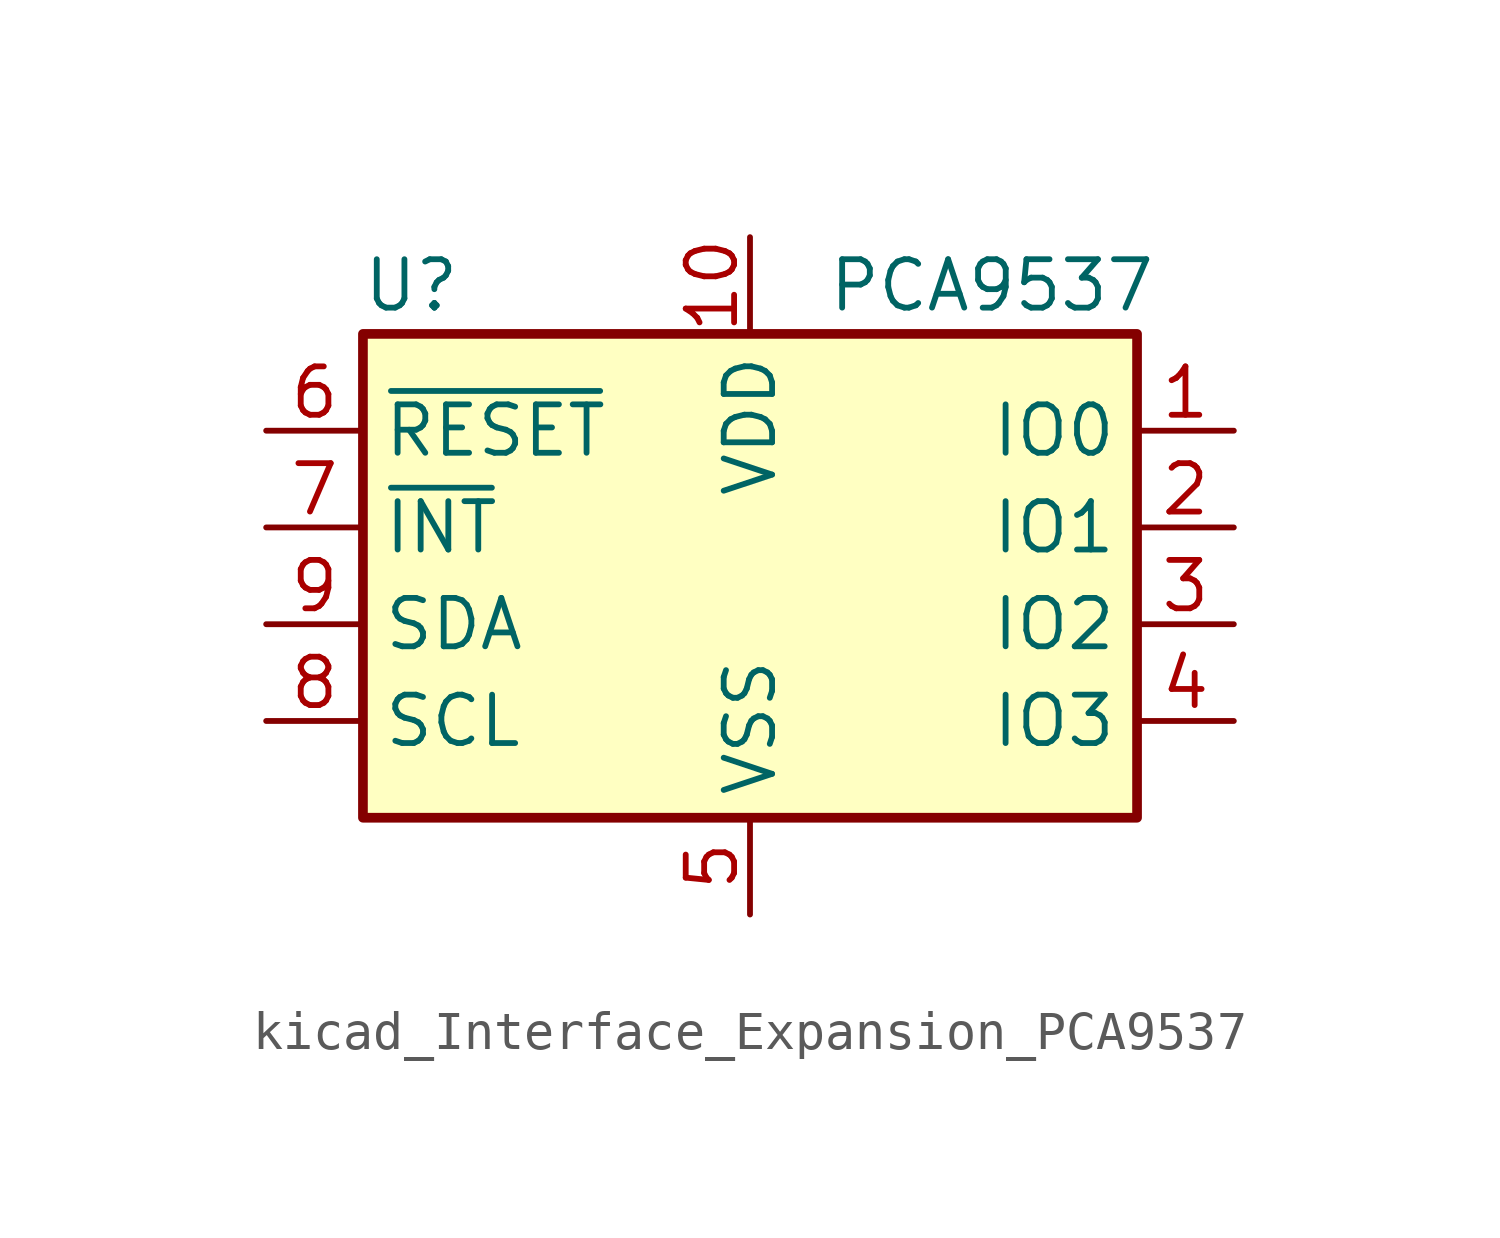
<source format=kicad_sym>
(kicad_symbol_lib
  (version 20220914)
  (generator kicad_symbol_editor)
  (symbol "kicad_Interface_Expansion_PCA9537"
    (property "Reference" "U"
      (at -8.89 6.35 0)
      (effects (font (size 1.27 1.27))))
    (property "Value" "PCA9537"
      (at 6.35 6.35 0)
      (effects (font (size 1.27 1.27))))
    (symbol "kicad_Interface_Expansion_PCA9537_0_1"
      (rectangle (start -10.16 5.08) (end 10.16 -7.62) (stroke (width 0.254) (type default)) (fill (type background))))
    (symbol "kicad_Interface_Expansion_PCA9537_1_1"
      (pin bidirectional line (at 12.7 2.54 180) (length 2.54) (name "IO0" (effects (font (size 1.27 1.27)))) (number "1" (effects (font (size 1.27 1.27)))))
      (pin power_in line (at 0 7.62 270) (length 2.54) (name "VDD" (effects (font (size 1.27 1.27)))) (number "10" (effects (font (size 1.27 1.27)))))
      (pin bidirectional line (at 12.7 0 180) (length 2.54) (name "IO1" (effects (font (size 1.27 1.27)))) (number "2" (effects (font (size 1.27 1.27)))))
      (pin bidirectional line (at 12.7 -2.54 180) (length 2.54) (name "IO2" (effects (font (size 1.27 1.27)))) (number "3" (effects (font (size 1.27 1.27)))))
      (pin bidirectional line (at 12.7 -5.08 180) (length 2.54) (name "IO3" (effects (font (size 1.27 1.27)))) (number "4" (effects (font (size 1.27 1.27)))))
      (pin power_in line (at 0 -10.16 90) (length 2.54) (name "VSS" (effects (font (size 1.27 1.27)))) (number "5" (effects (font (size 1.27 1.27)))))
      (pin input line (at -12.7 2.54 0) (length 2.54) (name "~{RESET}" (effects (font (size 1.27 1.27)))) (number "6" (effects (font (size 1.27 1.27)))))
      (pin open_collector line (at -12.7 0 0) (length 2.54) (name "~{INT}" (effects (font (size 1.27 1.27)))) (number "7" (effects (font (size 1.27 1.27)))))
      (pin input line (at -12.7 -5.08 0) (length 2.54) (name "SCL" (effects (font (size 1.27 1.27)))) (number "8" (effects (font (size 1.27 1.27)))))
      (pin bidirectional line (at -12.7 -2.54 0) (length 2.54) (name "SDA" (effects (font (size 1.27 1.27)))) (number "9" (effects (font (size 1.27 1.27))))))))
</source>
